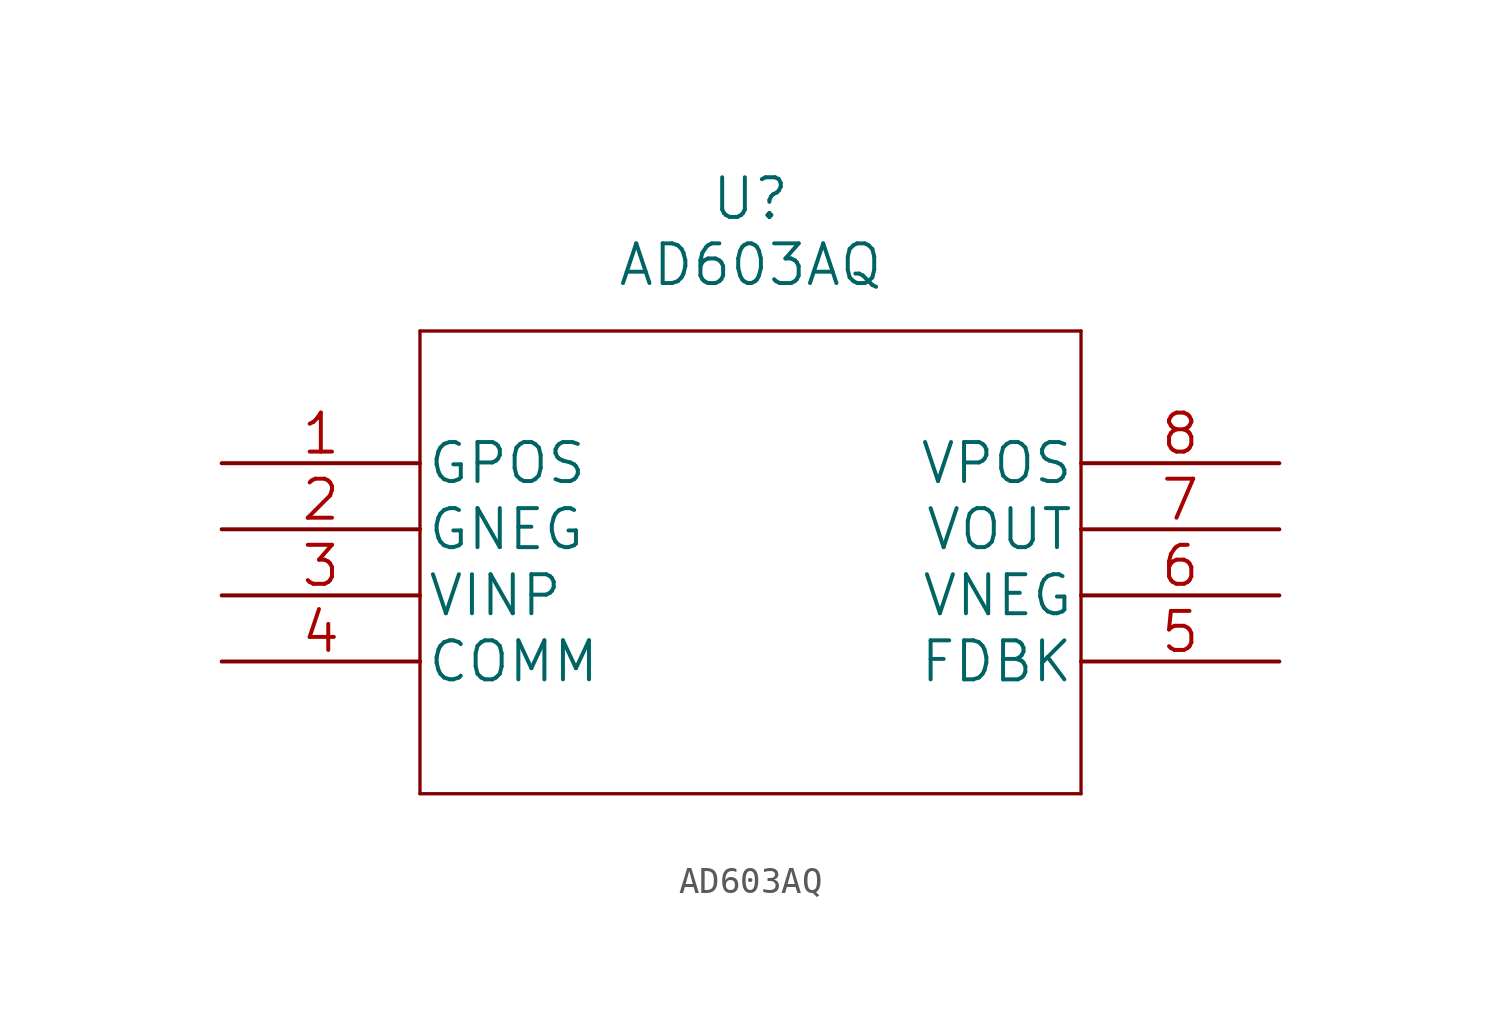
<source format=kicad_sym>
(kicad_symbol_lib
  (version 20211014)
  (generator kicad_symbol_editor)
  (symbol "AD603AQ"
    (pin_names
      (offset 0.254))
    (property "Reference" "U"
      (at 20.32 10.16 0)
      (effects (font (size 1.524 1.524))))
    (property "Value" "AD603AQ"
      (at 20.32 7.62 0)
      (effects (font (size 1.524 1.524))))
    (property "Datasheet" ""
      (at 0 0 0)
      (effects (font (size 1.524 1.524))))
    (property "ki_locked" ""
      (at 0 0 0)
      (effects (font (size 1.27 1.27))))
    (symbol "AD603AQ_1_1"
      (polyline (pts (xy 7.62 -12.7) (xy 33.02 -12.7)) (stroke (width 0.127) (type default) (color 0 0 0 0)) (fill (type none)))
      (polyline (pts (xy 7.62 5.08) (xy 7.62 -12.7)) (stroke (width 0.127) (type default) (color 0 0 0 0)) (fill (type none)))
      (polyline (pts (xy 33.02 -12.7) (xy 33.02 5.08)) (stroke (width 0.127) (type default) (color 0 0 0 0)) (fill (type none)))
      (polyline (pts (xy 33.02 5.08) (xy 7.62 5.08)) (stroke (width 0.127) (type default) (color 0 0 0 0)) (fill (type none)))
      (pin passive line (at 0 0 0) (length 7.62) (name "GPOS" (effects (font (size 1.499 1.499)))) (number "1" (effects (font (size 1.499 1.499)))))
      (pin passive line (at 0 -2.54 0) (length 7.62) (name "GNEG" (effects (font (size 1.499 1.499)))) (number "2" (effects (font (size 1.499 1.499)))))
      (pin passive line (at 0 -5.08 0) (length 7.62) (name "VINP" (effects (font (size 1.499 1.499)))) (number "3" (effects (font (size 1.499 1.499)))))
      (pin passive line (at 0 -7.62 0) (length 7.62) (name "COMM" (effects (font (size 1.499 1.499)))) (number "4" (effects (font (size 1.499 1.499)))))
      (pin passive line (at 40.64 -7.62 180) (length 7.62) (name "FDBK" (effects (font (size 1.499 1.499)))) (number "5" (effects (font (size 1.499 1.499)))))
      (pin power_in line (at 40.64 -5.08 180) (length 7.62) (name "VNEG" (effects (font (size 1.499 1.499)))) (number "6" (effects (font (size 1.499 1.499)))))
      (pin passive line (at 40.64 -2.54 180) (length 7.62) (name "VOUT" (effects (font (size 1.499 1.499)))) (number "7" (effects (font (size 1.499 1.499)))))
      (pin power_in line (at 40.64 0 180) (length 7.62) (name "VPOS" (effects (font (size 1.499 1.499)))) (number "8" (effects (font (size 1.499 1.499))))))))
</source>
